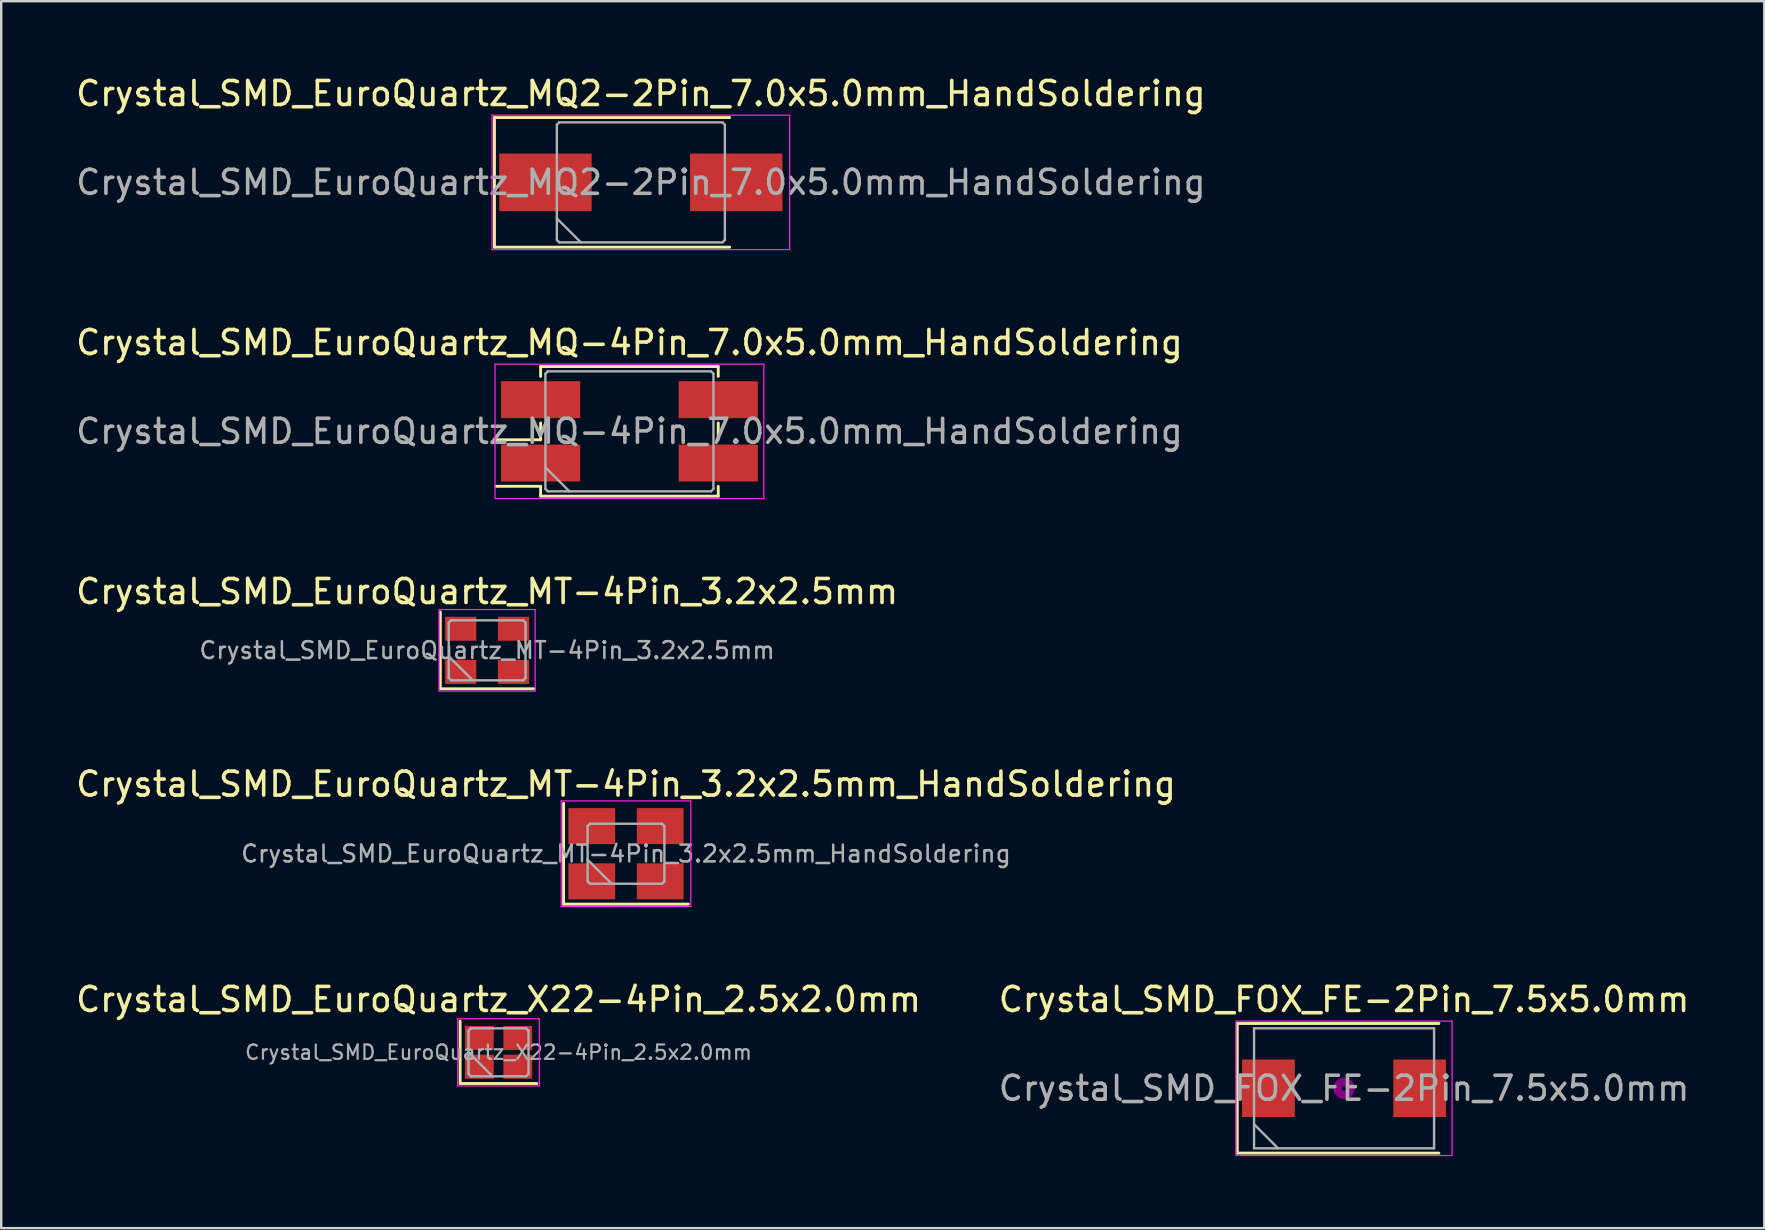
<source format=kicad_pcb>
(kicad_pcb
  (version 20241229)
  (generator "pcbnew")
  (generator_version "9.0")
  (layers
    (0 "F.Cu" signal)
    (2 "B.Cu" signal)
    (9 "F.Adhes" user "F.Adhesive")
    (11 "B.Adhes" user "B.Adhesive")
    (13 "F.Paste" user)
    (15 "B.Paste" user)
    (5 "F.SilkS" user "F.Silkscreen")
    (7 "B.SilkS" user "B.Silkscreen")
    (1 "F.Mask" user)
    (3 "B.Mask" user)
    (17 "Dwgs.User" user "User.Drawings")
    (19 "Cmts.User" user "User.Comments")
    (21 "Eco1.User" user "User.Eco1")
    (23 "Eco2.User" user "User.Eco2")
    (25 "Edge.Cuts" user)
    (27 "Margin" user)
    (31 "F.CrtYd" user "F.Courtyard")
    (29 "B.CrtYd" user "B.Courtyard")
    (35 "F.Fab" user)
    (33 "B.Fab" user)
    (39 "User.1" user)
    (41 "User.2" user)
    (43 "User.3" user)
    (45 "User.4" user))
  (footprint "Crystal_SMD_FOX_FE-2Pin_7.5x5.0mm"
    (layer "F.Cu")
    (at 52.946 42.291)
    (property "Reference" "Crystal_SMD_FOX_FE-2Pin_7.5x5.0mm" (at 0 -3.7 0) (layer "F.SilkS") (effects (font (size 1 1) (thickness 0.15))))
    (attr smd)
    (fp_line (start -4.45 -2.7) (end -4.45 2.7) (stroke (width 0.12) (type solid)) (layer "F.SilkS"))
    (fp_line (start -4.45 2.7) (end 3.95 2.7) (stroke (width 0.12) (type solid)) (layer "F.SilkS"))
    (fp_line (start 3.95 -2.7) (end -4.45 -2.7) (stroke (width 0.12) (type solid)) (layer "F.SilkS"))
    (fp_circle (center 0 0) (end 0.093 0) (stroke (width 0.187) (type solid)) (fill no) (layer "F.Adhes"))
    (fp_circle (center 0 0) (end 0.213 0) (stroke (width 0.133) (type solid)) (fill no) (layer "F.Adhes"))
    (fp_circle (center 0 0) (end 0.333 0) (stroke (width 0.133) (type solid)) (fill no) (layer "F.Adhes"))
    (fp_circle (center 0 0) (end 0.4 0) (stroke (width 0.1) (type solid)) (fill no) (layer "F.Adhes"))
    (fp_line (start -4.5 -2.8) (end -4.5 2.8) (stroke (width 0.05) (type solid)) (layer "F.CrtYd"))
    (fp_line (start -4.5 2.8) (end 4.5 2.8) (stroke (width 0.05) (type solid)) (layer "F.CrtYd"))
    (fp_line (start 4.5 -2.8) (end -4.5 -2.8) (stroke (width 0.05) (type solid)) (layer "F.CrtYd"))
    (fp_line (start 4.5 2.8) (end 4.5 -2.8) (stroke (width 0.05) (type solid)) (layer "F.CrtYd"))
    (fp_line (start -3.75 -2.5) (end -3.75 2.5) (stroke (width 0.1) (type solid)) (layer "F.Fab"))
    (fp_line (start -3.75 1.5) (end -2.75 2.5) (stroke (width 0.1) (type solid)) (layer "F.Fab"))
    (fp_line (start -3.75 2.5) (end 3.75 2.5) (stroke (width 0.1) (type solid)) (layer "F.Fab"))
    (fp_line (start 3.75 -2.5) (end -3.75 -2.5) (stroke (width 0.1) (type solid)) (layer "F.Fab"))
    (fp_line (start 3.75 2.5) (end 3.75 -2.5) (stroke (width 0.1) (type solid)) (layer "F.Fab"))
    (fp_text user "${REFERENCE}" (at 0 0 0) (layer "F.Fab") (effects (font (size 1 1) (thickness 0.15))))
    (pad "1" smd rect (at -3.15 0) (size 2.2 2.4) (layers "F.Cu" "F.Mask" "F.Paste"))
    (pad "2" smd rect (at 3.15 0) (size 2.2 2.4) (layers "F.Cu" "F.Mask" "F.Paste")))
  (footprint "Crystal_SMD_EuroQuartz_MT-4Pin_3.2x2.5mm_HandSoldering"
    (layer "F.Cu")
    (at 23.03 32.518)
    (property "Reference" "Crystal_SMD_EuroQuartz_MT-4Pin_3.2x2.5mm_HandSoldering" (at 0 -2.9 0) (layer "F.SilkS") (effects (font (size 1 1) (thickness 0.15))))
    (attr smd)
    (fp_line (start -2.6 -2.1) (end -2.6 2.1) (stroke (width 0.12) (type solid)) (layer "F.SilkS"))
    (fp_line (start -2.6 2.1) (end 2.6 2.1) (stroke (width 0.12) (type solid)) (layer "F.SilkS"))
    (fp_line (start -2.7 -2.2) (end -2.7 2.2) (stroke (width 0.05) (type solid)) (layer "F.CrtYd"))
    (fp_line (start -2.7 2.2) (end 2.7 2.2) (stroke (width 0.05) (type solid)) (layer "F.CrtYd"))
    (fp_line (start 2.7 -2.2) (end -2.7 -2.2) (stroke (width 0.05) (type solid)) (layer "F.CrtYd"))
    (fp_line (start 2.7 2.2) (end 2.7 -2.2) (stroke (width 0.05) (type solid)) (layer "F.CrtYd"))
    (fp_line (start -1.6 -1.15) (end -1.5 -1.25) (stroke (width 0.1) (type solid)) (layer "F.Fab"))
    (fp_line (start -1.6 0.25) (end -0.6 1.25) (stroke (width 0.1) (type solid)) (layer "F.Fab"))
    (fp_line (start -1.6 1.15) (end -1.6 -1.15) (stroke (width 0.1) (type solid)) (layer "F.Fab"))
    (fp_line (start -1.5 -1.25) (end 1.5 -1.25) (stroke (width 0.1) (type solid)) (layer "F.Fab"))
    (fp_line (start -1.5 1.25) (end -1.6 1.15) (stroke (width 0.1) (type solid)) (layer "F.Fab"))
    (fp_line (start 1.5 -1.25) (end 1.6 -1.15) (stroke (width 0.1) (type solid)) (layer "F.Fab"))
    (fp_line (start 1.5 1.25) (end -1.5 1.25) (stroke (width 0.1) (type solid)) (layer "F.Fab"))
    (fp_line (start 1.6 -1.15) (end 1.6 1.15) (stroke (width 0.1) (type solid)) (layer "F.Fab"))
    (fp_line (start 1.6 1.15) (end 1.5 1.25) (stroke (width 0.1) (type solid)) (layer "F.Fab"))
    (fp_text user "${REFERENCE}" (at 0 0 0) (layer "F.Fab") (effects (font (size 0.7 0.7) (thickness 0.105))))
    (pad "1" smd rect (at -1.425 1.15) (size 1.95 1.5) (layers "F.Cu" "F.Mask" "F.Paste"))
    (pad "2" smd rect (at 1.425 1.15) (size 1.95 1.5) (layers "F.Cu" "F.Mask" "F.Paste"))
    (pad "3" smd rect (at 1.425 -1.15) (size 1.95 1.5) (layers "F.Cu" "F.Mask" "F.Paste"))
    (pad "4" smd rect (at -1.425 -1.15) (size 1.95 1.5) (layers "F.Cu" "F.Mask" "F.Paste")))
  (footprint "Crystal_SMD_EuroQuartz_MT-4Pin_3.2x2.5mm"
    (layer "F.Cu")
    (at 17.244 24.045)
    (property "Reference" "Crystal_SMD_EuroQuartz_MT-4Pin_3.2x2.5mm" (at 0 -2.45 0) (layer "F.SilkS") (effects (font (size 1 1) (thickness 0.15))))
    (attr smd)
    (fp_line (start -1.95 -1.6) (end -1.95 1.6) (stroke (width 0.12) (type solid)) (layer "F.SilkS"))
    (fp_line (start -1.95 1.6) (end 1.95 1.6) (stroke (width 0.12) (type solid)) (layer "F.SilkS"))
    (fp_line (start -2 -1.7) (end -2 1.7) (stroke (width 0.05) (type solid)) (layer "F.CrtYd"))
    (fp_line (start -2 1.7) (end 2 1.7) (stroke (width 0.05) (type solid)) (layer "F.CrtYd"))
    (fp_line (start 2 -1.7) (end -2 -1.7) (stroke (width 0.05) (type solid)) (layer "F.CrtYd"))
    (fp_line (start 2 1.7) (end 2 -1.7) (stroke (width 0.05) (type solid)) (layer "F.CrtYd"))
    (fp_line (start -1.6 -1.15) (end -1.5 -1.25) (stroke (width 0.1) (type solid)) (layer "F.Fab"))
    (fp_line (start -1.6 0.25) (end -0.6 1.25) (stroke (width 0.1) (type solid)) (layer "F.Fab"))
    (fp_line (start -1.6 1.15) (end -1.6 -1.15) (stroke (width 0.1) (type solid)) (layer "F.Fab"))
    (fp_line (start -1.5 -1.25) (end 1.5 -1.25) (stroke (width 0.1) (type solid)) (layer "F.Fab"))
    (fp_line (start -1.5 1.25) (end -1.6 1.15) (stroke (width 0.1) (type solid)) (layer "F.Fab"))
    (fp_line (start 1.5 -1.25) (end 1.6 -1.15) (stroke (width 0.1) (type solid)) (layer "F.Fab"))
    (fp_line (start 1.5 1.25) (end -1.5 1.25) (stroke (width 0.1) (type solid)) (layer "F.Fab"))
    (fp_line (start 1.6 -1.15) (end 1.6 1.15) (stroke (width 0.1) (type solid)) (layer "F.Fab"))
    (fp_line (start 1.6 1.15) (end 1.5 1.25) (stroke (width 0.1) (type solid)) (layer "F.Fab"))
    (fp_text user "${REFERENCE}" (at 0 0 0) (layer "F.Fab") (effects (font (size 0.7 0.7) (thickness 0.105))))
    (pad "1" smd rect (at -1.1 0.9) (size 1.3 1) (layers "F.Cu" "F.Mask" "F.Paste"))
    (pad "2" smd rect (at 1.1 0.9) (size 1.3 1) (layers "F.Cu" "F.Mask" "F.Paste"))
    (pad "3" smd rect (at 1.1 -0.9) (size 1.3 1) (layers "F.Cu" "F.Mask" "F.Paste"))
    (pad "4" smd rect (at -1.1 -0.9) (size 1.3 1) (layers "F.Cu" "F.Mask" "F.Paste")))
  (footprint "Crystal_SMD_EuroQuartz_MQ2-2Pin_7.0x5.0mm_HandSoldering"
    (layer "F.Cu")
    (at 23.649 4.548)
    (property "Reference" "Crystal_SMD_EuroQuartz_MQ2-2Pin_7.0x5.0mm_HandSoldering" (at 0 -3.7 0) (layer "F.SilkS") (effects (font (size 1 1) (thickness 0.15))))
    (attr smd)
    (fp_line (start -6.1 -2.7) (end -6.1 2.7) (stroke (width 0.12) (type solid)) (layer "F.SilkS"))
    (fp_line (start -6.1 2.7) (end 3.7 2.7) (stroke (width 0.12) (type solid)) (layer "F.SilkS"))
    (fp_line (start 3.7 -2.7) (end -6.1 -2.7) (stroke (width 0.12) (type solid)) (layer "F.SilkS"))
    (fp_line (start -6.2 -2.8) (end -6.2 2.8) (stroke (width 0.05) (type solid)) (layer "F.CrtYd"))
    (fp_line (start -6.2 2.8) (end 6.2 2.8) (stroke (width 0.05) (type solid)) (layer "F.CrtYd"))
    (fp_line (start 6.2 -2.8) (end -6.2 -2.8) (stroke (width 0.05) (type solid)) (layer "F.CrtYd"))
    (fp_line (start 6.2 2.8) (end 6.2 -2.8) (stroke (width 0.05) (type solid)) (layer "F.CrtYd"))
    (fp_line (start -3.5 -2.4) (end -3.4 -2.5) (stroke (width 0.1) (type solid)) (layer "F.Fab"))
    (fp_line (start -3.5 1.5) (end -2.5 2.5) (stroke (width 0.1) (type solid)) (layer "F.Fab"))
    (fp_line (start -3.5 2.4) (end -3.5 -2.4) (stroke (width 0.1) (type solid)) (layer "F.Fab"))
    (fp_line (start -3.4 -2.5) (end 3.4 -2.5) (stroke (width 0.1) (type solid)) (layer "F.Fab"))
    (fp_line (start -3.4 2.5) (end -3.5 2.4) (stroke (width 0.1) (type solid)) (layer "F.Fab"))
    (fp_line (start 3.4 -2.5) (end 3.5 -2.4) (stroke (width 0.1) (type solid)) (layer "F.Fab"))
    (fp_line (start 3.4 2.5) (end -3.4 2.5) (stroke (width 0.1) (type solid)) (layer "F.Fab"))
    (fp_line (start 3.5 -2.4) (end 3.5 2.4) (stroke (width 0.1) (type solid)) (layer "F.Fab"))
    (fp_line (start 3.5 2.4) (end 3.4 2.5) (stroke (width 0.1) (type solid)) (layer "F.Fab"))
    (fp_text user "${REFERENCE}" (at 0 0 0) (layer "F.Fab") (effects (font (size 1 1) (thickness 0.15))))
    (pad "1" smd rect (at -3.975 0) (size 3.85 2.4) (layers "F.Cu" "F.Mask" "F.Paste"))
    (pad "2" smd rect (at 3.975 0) (size 3.85 2.4) (layers "F.Cu" "F.Mask" "F.Paste")))
  (footprint "Crystal_SMD_EuroQuartz_X22-4Pin_2.5x2.0mm"
    (layer "F.Cu")
    (at 17.72 40.791)
    (property "Reference" "Crystal_SMD_EuroQuartz_X22-4Pin_2.5x2.0mm" (at 0 -2.2 0) (layer "F.SilkS") (effects (font (size 1 1) (thickness 0.15))))
    (attr smd)
    (fp_line (start -1.6 -1.3) (end -1.6 1.3) (stroke (width 0.12) (type solid)) (layer "F.SilkS"))
    (fp_line (start -1.6 1.3) (end 1.6 1.3) (stroke (width 0.12) (type solid)) (layer "F.SilkS"))
    (fp_line (start -1.7 -1.4) (end -1.7 1.4) (stroke (width 0.05) (type solid)) (layer "F.CrtYd"))
    (fp_line (start -1.7 1.4) (end 1.7 1.4) (stroke (width 0.05) (type solid)) (layer "F.CrtYd"))
    (fp_line (start 1.7 -1.4) (end -1.7 -1.4) (stroke (width 0.05) (type solid)) (layer "F.CrtYd"))
    (fp_line (start 1.7 1.4) (end 1.7 -1.4) (stroke (width 0.05) (type solid)) (layer "F.CrtYd"))
    (fp_line (start -1.25 -0.9) (end -1.15 -1) (stroke (width 0.1) (type solid)) (layer "F.Fab"))
    (fp_line (start -1.25 0) (end -0.25 1) (stroke (width 0.1) (type solid)) (layer "F.Fab"))
    (fp_line (start -1.25 0.9) (end -1.25 -0.9) (stroke (width 0.1) (type solid)) (layer "F.Fab"))
    (fp_line (start -1.15 -1) (end 1.15 -1) (stroke (width 0.1) (type solid)) (layer "F.Fab"))
    (fp_line (start -1.15 1) (end -1.25 0.9) (stroke (width 0.1) (type solid)) (layer "F.Fab"))
    (fp_line (start 1.15 -1) (end 1.25 -0.9) (stroke (width 0.1) (type solid)) (layer "F.Fab"))
    (fp_line (start 1.15 1) (end -1.15 1) (stroke (width 0.1) (type solid)) (layer "F.Fab"))
    (fp_line (start 1.25 -0.9) (end 1.25 0.9) (stroke (width 0.1) (type solid)) (layer "F.Fab"))
    (fp_line (start 1.25 0.9) (end 1.15 1) (stroke (width 0.1) (type solid)) (layer "F.Fab"))
    (fp_text user "${REFERENCE}" (at 0 0 0) (layer "F.Fab") (effects (font (size 0.6 0.6) (thickness 0.09))))
    (pad "1" smd rect (at -0.8 0.6) (size 1.2 1) (layers "F.Cu" "F.Mask" "F.Paste"))
    (pad "2" smd rect (at 0.8 0.6) (size 1.2 1) (layers "F.Cu" "F.Mask" "F.Paste"))
    (pad "3" smd rect (at 0.8 -0.6) (size 1.2 1) (layers "F.Cu" "F.Mask" "F.Paste"))
    (pad "4" smd rect (at -0.8 -0.6) (size 1.2 1) (layers "F.Cu" "F.Mask" "F.Paste")))
  (footprint "Crystal_SMD_EuroQuartz_MQ-4Pin_7.0x5.0mm_HandSoldering"
    (layer "F.Cu")
    (at 23.173 14.921)
    (property "Reference" "Crystal_SMD_EuroQuartz_MQ-4Pin_7.0x5.0mm_HandSoldering" (at 0 -3.7 0) (layer "F.SilkS") (effects (font (size 1 1) (thickness 0.15))))
    (attr smd)
    (fp_line (start -5.55 0.35) (end -3.7 0.35) (stroke (width 0.12) (type solid)) (layer "F.SilkS"))
    (fp_line (start -5.55 2.29) (end -3.7 2.29) (stroke (width 0.12) (type solid)) (layer "F.SilkS"))
    (fp_line (start -3.7 -2.7) (end 3.7 -2.7) (stroke (width 0.12) (type solid)) (layer "F.SilkS"))
    (fp_line (start -3.7 -2.29) (end -3.7 -2.7) (stroke (width 0.12) (type solid)) (layer "F.SilkS"))
    (fp_line (start -3.7 0.35) (end -3.7 -0.35) (stroke (width 0.12) (type solid)) (layer "F.SilkS"))
    (fp_line (start -3.7 2.29) (end -3.7 2.7) (stroke (width 0.12) (type solid)) (layer "F.SilkS"))
    (fp_line (start -3.7 2.7) (end 3.7 2.7) (stroke (width 0.12) (type solid)) (layer "F.SilkS"))
    (fp_line (start 3.7 -2.7) (end 3.7 -2.29) (stroke (width 0.12) (type solid)) (layer "F.SilkS"))
    (fp_line (start 3.7 -0.35) (end 3.7 0.35) (stroke (width 0.12) (type solid)) (layer "F.SilkS"))
    (fp_line (start 3.7 2.7) (end 3.7 2.29) (stroke (width 0.12) (type solid)) (layer "F.SilkS"))
    (fp_line (start -5.6 -2.8) (end -5.6 2.8) (stroke (width 0.05) (type solid)) (layer "F.CrtYd"))
    (fp_line (start -5.6 2.8) (end 5.6 2.8) (stroke (width 0.05) (type solid)) (layer "F.CrtYd"))
    (fp_line (start 5.6 -2.8) (end -5.6 -2.8) (stroke (width 0.05) (type solid)) (layer "F.CrtYd"))
    (fp_line (start 5.6 2.8) (end 5.6 -2.8) (stroke (width 0.05) (type solid)) (layer "F.CrtYd"))
    (fp_line (start -3.5 -2.4) (end -3.4 -2.5) (stroke (width 0.1) (type solid)) (layer "F.Fab"))
    (fp_line (start -3.5 1.5) (end -2.5 2.5) (stroke (width 0.1) (type solid)) (layer "F.Fab"))
    (fp_line (start -3.5 2.4) (end -3.5 -2.4) (stroke (width 0.1) (type solid)) (layer "F.Fab"))
    (fp_line (start -3.4 -2.5) (end 3.4 -2.5) (stroke (width 0.1) (type solid)) (layer "F.Fab"))
    (fp_line (start -3.4 2.5) (end -3.5 2.4) (stroke (width 0.1) (type solid)) (layer "F.Fab"))
    (fp_line (start 3.4 -2.5) (end 3.5 -2.4) (stroke (width 0.1) (type solid)) (layer "F.Fab"))
    (fp_line (start 3.4 2.5) (end -3.4 2.5) (stroke (width 0.1) (type solid)) (layer "F.Fab"))
    (fp_line (start 3.5 -2.4) (end 3.5 2.4) (stroke (width 0.1) (type solid)) (layer "F.Fab"))
    (fp_line (start 3.5 2.4) (end 3.4 2.5) (stroke (width 0.1) (type solid)) (layer "F.Fab"))
    (fp_text user "${REFERENCE}" (at 0 0 0) (layer "F.Fab") (effects (font (size 1 1) (thickness 0.15))))
    (pad "1" smd rect (at -3.7 1.32) (size 3.3 1.54) (layers "F.Cu" "F.Mask" "F.Paste"))
    (pad "2" smd rect (at 3.7 1.32) (size 3.3 1.54) (layers "F.Cu" "F.Mask" "F.Paste"))
    (pad "3" smd rect (at 3.7 -1.32) (size 3.3 1.54) (layers "F.Cu" "F.Mask" "F.Paste"))
    (pad "4" smd rect (at -3.7 -1.32) (size 3.3 1.54) (layers "F.Cu" "F.Mask" "F.Paste")))
  (gr_rect
    (start -3 -3)
    (end 70.452 48.116)
    (stroke (width 0.1) (type default))
    (fill no)
    (layer "Edge.Cuts")))
</source>
